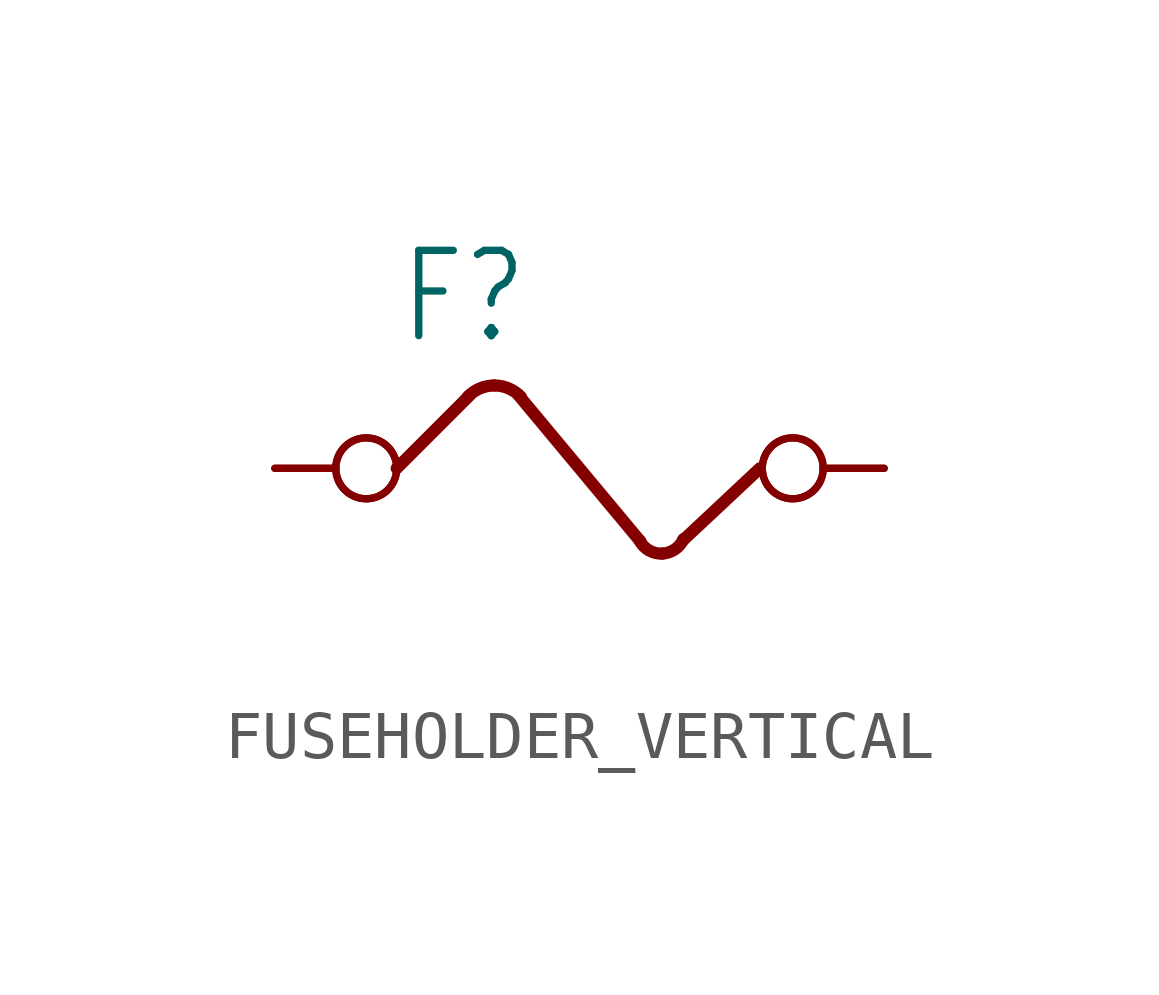
<source format=kicad_sym>
(kicad_symbol_lib
  (version 20220914)
  (generator kicad_symbol_editor)
  (symbol "FUSEHOLDER_VERTICAL"
    (property "Reference" "F"
      (at -5.08 2.54 0)
      (effects (font (size 1.778 1.511)) (justify left bottom)))
    (property "Value" ""
      (at -5.08 -3.81 0)
      (effects (font (size 1.778 1.511)) (justify left bottom)))
    (property "ki_locked" ""
      (at 0 0 0)
      (effects (font (size 1.27 1.27))))
    (symbol "FUSEHOLDER_VERTICAL_1_0"
      (arc (start -3.0479 1.7272) (mid -3.3477 1.6657) (end -3.5992 1.4912) (stroke (width 0.254) (type solid)) (fill (type none)))
      (arc (start -2.4959 1.491) (mid -2.7477 1.6658) (end -3.048 1.7272) (stroke (width 0.254) (type solid)) (fill (type none)))
      (arc (start -0.0178 -1.508) (mid 0.1804 -1.7121) (end 0.4572 -1.7778) (stroke (width 0.254) (type solid)) (fill (type none)))
      (polyline (pts (xy -5.08 0) (xy -3.556 1.524)) (stroke (width 0.254) (type solid)) (fill (type none)))
      (polyline (pts (xy 0 -1.524) (xy -2.54 1.524)) (stroke (width 0.254) (type solid)) (fill (type none)))
      (polyline (pts (xy 0.889 -1.499) (xy 2.489 0)) (stroke (width 0.254) (type solid)) (fill (type none)))
      (arc (start 0.4572 -1.778) (mid 0.7195 -1.6894) (end 0.8965 -1.4765) (stroke (width 0.254) (type solid)) (fill (type none)))
      (pin passive inverted (at -7.62 0 0) (length 2.54) (name "1" (effects (font (size 0 0)))) (number "1" (effects (font (size 0 0)))))
      (pin passive inverted (at -7.62 0 0) (length 2.54) (name "1" (effects (font (size 0 0)))) (number "2" (effects (font (size 0 0)))))
      (pin passive inverted (at 5.08 0 180) (length 2.54) (name "2" (effects (font (size 0 0)))) (number "3" (effects (font (size 0 0)))))
      (pin passive inverted (at 5.08 0 180) (length 2.54) (name "2" (effects (font (size 0 0)))) (number "4" (effects (font (size 0 0))))))))
</source>
